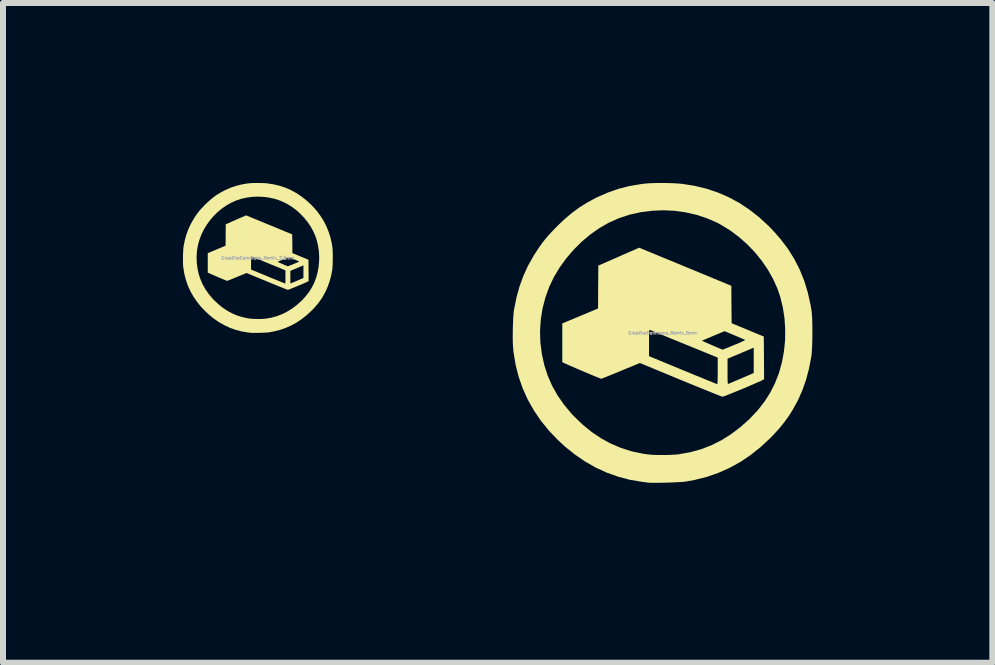
<source format=kicad_pcb>
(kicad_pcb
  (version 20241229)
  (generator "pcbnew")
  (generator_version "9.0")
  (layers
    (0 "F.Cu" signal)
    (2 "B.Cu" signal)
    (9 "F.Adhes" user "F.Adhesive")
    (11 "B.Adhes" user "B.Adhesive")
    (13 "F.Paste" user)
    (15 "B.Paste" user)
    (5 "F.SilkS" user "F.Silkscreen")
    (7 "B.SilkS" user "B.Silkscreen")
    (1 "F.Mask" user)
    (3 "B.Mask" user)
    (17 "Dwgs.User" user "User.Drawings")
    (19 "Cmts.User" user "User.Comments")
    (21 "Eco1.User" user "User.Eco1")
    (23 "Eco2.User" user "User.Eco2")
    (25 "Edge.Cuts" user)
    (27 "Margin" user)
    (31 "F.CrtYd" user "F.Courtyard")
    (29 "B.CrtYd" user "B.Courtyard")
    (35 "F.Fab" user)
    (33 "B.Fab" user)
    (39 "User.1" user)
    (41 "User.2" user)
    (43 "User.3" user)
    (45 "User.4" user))
  (footprint "CreativeCommons_Remix_2.5mm"
    (layer "F.Cu")
    (at 1.249 1.25)
    (property "Reference" "CreativeCommons_Remix_2.5mm" (at 0 0 0) (layer "F.Fab") (effects (font (size 0.05 0.05) (thickness 0.013))))
    (attr board_only exclude_from_pos_files exclude_from_bom)
    (fp_poly (pts (xy 0.572 -0.393) (xy 0.574 -0.237) (xy 0.575 -0.081) (xy 0.843 0.03) (xy 0.846 0.386) (xy 0.824 0.397) (xy 0.809 0.404) (xy 0.789 0.413) (xy 0.764 0.424) (xy 0.735 0.437) (xy 0.704 0.45) (xy 0.671 0.464) (xy 0.639 0.477) (xy 0.607 0.49) (xy 0.577 0.502) (xy 0.551 0.513) (xy 0.528 0.522) (xy 0.512 0.528) (xy 0.502 0.531) (xy 0.5 0.532) (xy 0.494 0.53) (xy 0.48 0.525) (xy 0.46 0.517) (xy 0.432 0.506) (xy 0.4 0.493) (xy 0.362 0.478) (xy 0.319 0.46) (xy 0.273 0.442) (xy 0.223 0.421) (xy 0.171 0.4) (xy 0.15 0.391) (xy -0.189 0.251) (xy -0.348 0.316) (xy -0.384 0.331) (xy -0.417 0.345) (xy -0.447 0.357) (xy -0.472 0.367) (xy -0.493 0.375) (xy -0.506 0.38) (xy -0.513 0.382) (xy -0.513 0.382) (xy -0.518 0.38) (xy -0.531 0.375) (xy -0.549 0.368) (xy -0.573 0.358) (xy -0.6 0.347) (xy -0.63 0.334) (xy -0.661 0.321) (xy -0.693 0.307) (xy -0.724 0.294) (xy -0.753 0.281) (xy -0.779 0.27) (xy -0.801 0.26) (xy -0.818 0.253) (xy -0.822 0.251) (xy -0.836 0.244) (xy -0.836 0.193) (xy -0.114 0.193) (xy 0.169 0.31) (xy 0.217 0.33) (xy 0.263 0.349) (xy 0.305 0.366) (xy 0.344 0.382) (xy 0.378 0.396) (xy 0.407 0.408) (xy 0.429 0.417) (xy 0.445 0.423) (xy 0.454 0.427) (xy 0.456 0.427) (xy 0.457 0.423) (xy 0.457 0.411) (xy 0.458 0.392) (xy 0.459 0.368) (xy 0.459 0.339) (xy 0.459 0.321) (xy 0.541 0.321) (xy 0.541 0.355) (xy 0.541 0.38) (xy 0.541 0.399) (xy 0.542 0.412) (xy 0.543 0.419) (xy 0.545 0.423) (xy 0.547 0.424) (xy 0.549 0.424) (xy 0.549 0.424) (xy 0.556 0.421) (xy 0.569 0.415) (xy 0.589 0.407) (xy 0.613 0.397) (xy 0.64 0.385) (xy 0.658 0.377) (xy 0.759 0.334) (xy 0.759 0.229) (xy 0.759 0.123) (xy 0.712 0.143) (xy 0.69 0.152) (xy 0.663 0.164) (xy 0.634 0.176) (xy 0.606 0.187) (xy 0.603 0.189) (xy 0.541 0.215) (xy 0.541 0.321) (xy 0.459 0.321) (xy 0.459 0.316) (xy 0.459 0.206) (xy 0.178 0.091) (xy 0.13 0.071) (xy 0.114 0.065) (xy 0.327 0.065) (xy 0.412 0.102) (xy 0.438 0.114) (xy 0.461 0.124) (xy 0.48 0.131) (xy 0.493 0.137) (xy 0.5 0.139) (xy 0.501 0.139) (xy 0.505 0.137) (xy 0.517 0.133) (xy 0.535 0.125) (xy 0.558 0.116) (xy 0.584 0.106) (xy 0.597 0.1) (xy 0.624 0.089) (xy 0.648 0.079) (xy 0.667 0.07) (xy 0.68 0.064) (xy 0.687 0.06) (xy 0.687 0.059) (xy 0.682 0.056) (xy 0.67 0.051) (xy 0.652 0.043) (xy 0.63 0.033) (xy 0.605 0.022) (xy 0.6 0.021) (xy 0.517 -0.015) (xy 0.487 -0.002) (xy 0.472 0.004) (xy 0.451 0.013) (xy 0.426 0.023) (xy 0.4 0.034) (xy 0.392 0.037) (xy 0.327 0.065) (xy 0.114 0.065) (xy 0.085 0.053) (xy 0.043 0.035) (xy 0.004 0.02) (xy -0.03 0.006) (xy -0.059 -0.006) (xy -0.082 -0.015) (xy -0.098 -0.022) (xy -0.107 -0.025) (xy -0.108 -0.026) (xy -0.11 -0.025) (xy -0.111 -0.019) (xy -0.112 -0.008) (xy -0.113 0.009) (xy -0.113 0.033) (xy -0.114 0.065) (xy -0.114 0.083) (xy -0.114 0.193) (xy -0.836 0.193) (xy -0.836 -0.08) (xy -0.688 -0.142) (xy -0.539 -0.204) (xy -0.537 -0.383) (xy -0.536 -0.561) (xy -0.428 -0.609) (xy -0.395 -0.623) (xy -0.36 -0.639) (xy -0.326 -0.654) (xy -0.295 -0.667) (xy -0.269 -0.679) (xy -0.258 -0.683) (xy -0.196 -0.71)) (stroke (width 0) (type solid)) (fill yes) (layer "F.SilkS"))
    (fp_poly (pts (xy 0.009 -1.25) (xy 0.052 -1.249) (xy 0.093 -1.248) (xy 0.13 -1.246) (xy 0.159 -1.243) (xy 0.263 -1.227) (xy 0.362 -1.203) (xy 0.458 -1.172) (xy 0.549 -1.132) (xy 0.637 -1.084) (xy 0.722 -1.028) (xy 0.804 -0.964) (xy 0.884 -0.891) (xy 0.912 -0.863) (xy 0.982 -0.784) (xy 1.043 -0.702) (xy 1.097 -0.617) (xy 1.142 -0.527) (xy 1.18 -0.433) (xy 1.211 -0.335) (xy 1.234 -0.231) (xy 1.242 -0.18) (xy 1.244 -0.157) (xy 1.246 -0.127) (xy 1.247 -0.092) (xy 1.248 -0.052) (xy 1.248 -0.01) (xy 1.248 0.033) (xy 1.247 0.074) (xy 1.246 0.113) (xy 1.244 0.148) (xy 1.242 0.177) (xy 1.24 0.195) (xy 1.221 0.295) (xy 1.196 0.388) (xy 1.165 0.476) (xy 1.128 0.56) (xy 1.087 0.636) (xy 1.052 0.692) (xy 1.014 0.744) (xy 0.972 0.795) (xy 0.925 0.848) (xy 0.896 0.877) (xy 0.815 0.952) (xy 0.732 1.018) (xy 0.646 1.076) (xy 0.557 1.125) (xy 0.464 1.166) (xy 0.367 1.2) (xy 0.265 1.225) (xy 0.19 1.239) (xy 0.175 1.241) (xy 0.153 1.243) (xy 0.125 1.244) (xy 0.093 1.246) (xy 0.059 1.247) (xy 0.024 1.248) (xy -0.011 1.249) (xy -0.043 1.249) (xy -0.072 1.249) (xy -0.097 1.249) (xy -0.114 1.248) (xy -0.123 1.247) (xy -0.132 1.246) (xy -0.148 1.244) (xy -0.167 1.241) (xy -0.175 1.241) (xy -0.273 1.224) (xy -0.37 1.199) (xy -0.465 1.165) (xy -0.557 1.122) (xy -0.646 1.072) (xy -0.733 1.013) (xy -0.815 0.946) (xy -0.872 0.893) (xy -0.948 0.814) (xy -1.015 0.731) (xy -1.074 0.645) (xy -1.125 0.555) (xy -1.167 0.462) (xy -1.2 0.366) (xy -1.226 0.266) (xy -1.243 0.162) (xy -1.246 0.135) (xy -1.248 0.108) (xy -1.249 0.075) (xy -1.249 0.037) (xy -1.249 -0.003) (xy -1.249 -0.022) (xy -1.022 -0.022) (xy -1.019 0.072) (xy -1.018 0.084) (xy -1.006 0.179) (xy -0.986 0.27) (xy -0.957 0.357) (xy -0.921 0.44) (xy -0.876 0.52) (xy -0.822 0.597) (xy -0.761 0.671) (xy -0.737 0.697) (xy -0.664 0.766) (xy -0.59 0.827) (xy -0.512 0.879) (xy -0.431 0.923) (xy -0.347 0.959) (xy -0.259 0.986) (xy -0.167 1.006) (xy -0.133 1.011) (xy -0.103 1.014) (xy -0.066 1.016) (xy -0.025 1.017) (xy 0.017 1.018) (xy 0.059 1.017) (xy 0.098 1.015) (xy 0.13 1.012) (xy 0.135 1.011) (xy 0.228 0.995) (xy 0.318 0.97) (xy 0.405 0.936) (xy 0.489 0.894) (xy 0.57 0.844) (xy 0.648 0.785) (xy 0.724 0.717) (xy 0.732 0.709) (xy 0.795 0.641) (xy 0.85 0.57) (xy 0.897 0.497) (xy 0.936 0.42) (xy 0.968 0.338) (xy 0.97 0.332) (xy 0.994 0.244) (xy 1.011 0.154) (xy 1.02 0.061) (xy 1.022 -0.031) (xy 1.015 -0.123) (xy 1.001 -0.214) (xy 0.98 -0.301) (xy 0.956 -0.37) (xy 0.921 -0.449) (xy 0.878 -0.527) (xy 0.827 -0.601) (xy 0.769 -0.672) (xy 0.706 -0.738) (xy 0.638 -0.799) (xy 0.565 -0.853) (xy 0.489 -0.9) (xy 0.452 -0.919) (xy 0.369 -0.956) (xy 0.282 -0.985) (xy 0.192 -1.005) (xy 0.1 -1.018) (xy 0.007 -1.022) (xy -0.087 -1.019) (xy -0.18 -1.007) (xy -0.273 -0.987) (xy -0.284 -0.984) (xy -0.367 -0.956) (xy -0.448 -0.919) (xy -0.527 -0.874) (xy -0.602 -0.822) (xy -0.674 -0.762) (xy -0.741 -0.695) (xy -0.804 -0.621) (xy -0.857 -0.547) (xy -0.905 -0.467) (xy -0.945 -0.383) (xy -0.977 -0.296) (xy -1.001 -0.207) (xy -1.016 -0.115) (xy -1.022 -0.022) (xy -1.249 -0.022) (xy -1.248 -0.045) (xy -1.247 -0.086) (xy -1.245 -0.123) (xy -1.243 -0.157) (xy -1.24 -0.184) (xy -1.239 -0.193) (xy -1.219 -0.293) (xy -1.193 -0.388) (xy -1.16 -0.477) (xy -1.12 -0.564) (xy -1.073 -0.647) (xy -1.05 -0.683) (xy -1.025 -0.72) (xy -1.001 -0.753) (xy -0.978 -0.783) (xy -0.953 -0.812) (xy -0.925 -0.842) (xy -0.893 -0.876) (xy -0.875 -0.893) (xy -0.814 -0.951) (xy -0.754 -1.002) (xy -0.693 -1.047) (xy -0.628 -1.087) (xy -0.559 -1.124) (xy -0.543 -1.132) (xy -0.457 -1.17) (xy -0.37 -1.2) (xy -0.281 -1.223) (xy -0.187 -1.24) (xy -0.141 -1.245) (xy -0.112 -1.248) (xy -0.075 -1.249) (xy -0.035 -1.25)) (stroke (width 0) (type solid)) (fill yes) (layer "F.SilkS")))
  (footprint "CreativeCommons_Remix_5mm"
    (layer "F.Cu")
    (at 7.996 2.5)
    (property "Reference" "CreativeCommons_Remix_5mm" (at 0 0 0) (layer "F.Fab") (effects (font (size 0.05 0.05) (thickness 0.013))))
    (attr board_only exclude_from_pos_files exclude_from_bom)
    (fp_poly (pts (xy 0.376 -1.104) (xy 1.145 -0.786) (xy 1.147 -0.474) (xy 1.15 -0.162) (xy 1.686 0.06) (xy 1.689 0.416) (xy 1.691 0.772) (xy 1.648 0.794) (xy 1.619 0.808) (xy 1.578 0.826) (xy 1.528 0.848) (xy 1.47 0.873) (xy 1.408 0.9) (xy 1.343 0.927) (xy 1.277 0.954) (xy 1.214 0.98) (xy 1.154 1.005) (xy 1.101 1.026) (xy 1.057 1.043) (xy 1.024 1.055) (xy 1.003 1.062) (xy 0.999 1.063) (xy 0.987 1.06) (xy 0.96 1.05) (xy 0.919 1.034) (xy 0.865 1.012) (xy 0.799 0.986) (xy 0.723 0.955) (xy 0.638 0.921) (xy 0.546 0.883) (xy 0.447 0.843) (xy 0.343 0.8) (xy 0.299 0.782) (xy -0.379 0.501) (xy -0.696 0.632) (xy -0.767 0.662) (xy -0.834 0.689) (xy -0.894 0.713) (xy -0.945 0.734) (xy -0.985 0.749) (xy -1.013 0.76) (xy -1.026 0.764) (xy -1.026 0.764) (xy -1.037 0.76) (xy -1.062 0.75) (xy -1.099 0.735) (xy -1.145 0.716) (xy -1.2 0.693) (xy -1.26 0.668) (xy -1.322 0.641) (xy -1.386 0.614) (xy -1.448 0.588) (xy -1.506 0.562) (xy -1.558 0.54) (xy -1.602 0.52) (xy -1.635 0.505) (xy -1.643 0.501) (xy -1.673 0.488) (xy -1.673 0.387) (xy -0.227 0.387) (xy 0.339 0.621) (xy 0.435 0.66) (xy 0.526 0.698) (xy 0.611 0.732) (xy 0.688 0.764) (xy 0.756 0.792) (xy 0.813 0.815) (xy 0.859 0.834) (xy 0.891 0.847) (xy 0.908 0.853) (xy 0.911 0.854) (xy 0.913 0.846) (xy 0.915 0.821) (xy 0.916 0.784) (xy 0.917 0.735) (xy 0.918 0.679) (xy 0.918 0.642) (xy 1.082 0.642) (xy 1.082 0.709) (xy 1.082 0.76) (xy 1.083 0.798) (xy 1.084 0.823) (xy 1.086 0.839) (xy 1.089 0.846) (xy 1.093 0.849) (xy 1.099 0.847) (xy 1.099 0.847) (xy 1.112 0.842) (xy 1.139 0.831) (xy 1.177 0.814) (xy 1.225 0.794) (xy 1.279 0.771) (xy 1.317 0.755) (xy 1.518 0.668) (xy 1.518 0.457) (xy 1.518 0.246) (xy 1.425 0.285) (xy 1.38 0.304) (xy 1.325 0.327) (xy 1.267 0.352) (xy 1.212 0.375) (xy 1.207 0.377) (xy 1.082 0.43) (xy 1.082 0.642) (xy 0.918 0.642) (xy 0.918 0.633) (xy 0.918 0.411) (xy 0.357 0.182) (xy 0.261 0.143) (xy 0.229 0.13) (xy 0.654 0.13) (xy 0.825 0.205) (xy 0.876 0.227) (xy 0.922 0.247) (xy 0.96 0.263) (xy 0.987 0.274) (xy 1 0.278) (xy 1.001 0.279) (xy 1.011 0.275) (xy 1.035 0.265) (xy 1.071 0.251) (xy 1.116 0.232) (xy 1.168 0.211) (xy 1.194 0.2) (xy 1.248 0.178) (xy 1.295 0.158) (xy 1.333 0.14) (xy 1.36 0.127) (xy 1.374 0.119) (xy 1.375 0.118) (xy 1.365 0.112) (xy 1.341 0.101) (xy 1.305 0.086) (xy 1.26 0.066) (xy 1.21 0.045) (xy 1.201 0.041) (xy 1.033 -0.029) (xy 0.974 -0.005) (xy 0.943 0.008) (xy 0.901 0.025) (xy 0.852 0.046) (xy 0.801 0.068) (xy 0.784 0.075) (xy 0.654 0.13) (xy 0.229 0.13) (xy 0.17 0.106) (xy 0.085 0.071) (xy 0.008 0.039) (xy -0.06 0.012) (xy -0.118 -0.012) (xy -0.163 -0.031) (xy -0.196 -0.044) (xy -0.213 -0.051) (xy -0.216 -0.052) (xy -0.22 -0.05) (xy -0.222 -0.039) (xy -0.225 -0.017) (xy -0.226 0.018) (xy -0.227 0.066) (xy -0.227 0.13) (xy -0.227 0.165) (xy -0.227 0.387) (xy -1.673 0.387) (xy -1.673 -0.159) (xy -1.375 -0.283) (xy -1.077 -0.408) (xy -1.075 -0.765) (xy -1.072 -1.123) (xy -0.857 -1.217) (xy -0.789 -1.247) (xy -0.72 -1.277) (xy -0.652 -1.307) (xy -0.59 -1.334) (xy -0.538 -1.357) (xy -0.516 -1.366) (xy -0.392 -1.421)) (stroke (width 0) (type solid)) (fill yes) (layer "F.SilkS"))
    (fp_poly (pts (xy 0.017 -2.5) (xy 0.104 -2.498) (xy 0.186 -2.495) (xy 0.259 -2.491) (xy 0.318 -2.486) (xy 0.526 -2.454) (xy 0.725 -2.406) (xy 0.915 -2.343) (xy 1.098 -2.264) (xy 1.275 -2.169) (xy 1.444 -2.057) (xy 1.609 -1.928) (xy 1.768 -1.782) (xy 1.824 -1.725) (xy 1.963 -1.568) (xy 2.087 -1.405) (xy 2.194 -1.234) (xy 2.285 -1.055) (xy 2.361 -0.867) (xy 2.421 -0.669) (xy 2.467 -0.461) (xy 2.484 -0.359) (xy 2.488 -0.314) (xy 2.492 -0.255) (xy 2.494 -0.183) (xy 2.496 -0.104) (xy 2.496 -0.02) (xy 2.496 0.065) (xy 2.494 0.149) (xy 2.492 0.227) (xy 2.488 0.296) (xy 2.484 0.354) (xy 2.479 0.391) (xy 2.441 0.59) (xy 2.392 0.776) (xy 2.331 0.951) (xy 2.257 1.119) (xy 2.174 1.271) (xy 2.104 1.383) (xy 2.028 1.488) (xy 1.945 1.591) (xy 1.85 1.695) (xy 1.792 1.755) (xy 1.631 1.904) (xy 1.465 2.036) (xy 1.293 2.152) (xy 1.114 2.25) (xy 0.928 2.333) (xy 0.734 2.4) (xy 0.531 2.451) (xy 0.38 2.478) (xy 0.349 2.482) (xy 0.305 2.485) (xy 0.25 2.488) (xy 0.186 2.491) (xy 0.118 2.494) (xy 0.048 2.496) (xy -0.021 2.497) (xy -0.087 2.498) (xy -0.145 2.498) (xy -0.193 2.498) (xy -0.229 2.496) (xy -0.245 2.495) (xy -0.265 2.492) (xy -0.296 2.488) (xy -0.335 2.483) (xy -0.35 2.481) (xy -0.547 2.448) (xy -0.74 2.397) (xy -0.93 2.329) (xy -1.114 2.245) (xy -1.293 2.143) (xy -1.465 2.025) (xy -1.631 1.892) (xy -1.744 1.787) (xy -1.896 1.628) (xy -2.031 1.462) (xy -2.148 1.289) (xy -2.249 1.11) (xy -2.333 0.924) (xy -2.4 0.732) (xy -2.451 0.532) (xy -2.485 0.325) (xy -2.491 0.27) (xy -2.495 0.217) (xy -2.498 0.15) (xy -2.499 0.075) (xy -2.498 -0.007) (xy -2.498 -0.043) (xy -2.044 -0.043) (xy -2.039 0.144) (xy -2.037 0.168) (xy -2.012 0.358) (xy -1.972 0.54) (xy -1.915 0.714) (xy -1.842 0.881) (xy -1.752 1.041) (xy -1.645 1.194) (xy -1.521 1.343) (xy -1.474 1.393) (xy -1.329 1.532) (xy -1.179 1.654) (xy -1.024 1.758) (xy -0.862 1.846) (xy -0.694 1.917) (xy -0.518 1.973) (xy -0.334 2.012) (xy -0.266 2.022) (xy -0.205 2.029) (xy -0.132 2.033) (xy -0.05 2.035) (xy 0.035 2.035) (xy 0.118 2.033) (xy 0.195 2.029) (xy 0.26 2.024) (xy 0.27 2.022) (xy 0.457 1.989) (xy 0.637 1.94) (xy 0.811 1.873) (xy 0.978 1.789) (xy 1.14 1.688) (xy 1.296 1.57) (xy 1.447 1.435) (xy 1.464 1.418) (xy 1.591 1.282) (xy 1.7 1.141) (xy 1.794 0.994) (xy 1.872 0.839) (xy 1.936 0.676) (xy 1.94 0.664) (xy 1.989 0.488) (xy 2.022 0.307) (xy 2.041 0.123) (xy 2.043 -0.063) (xy 2.031 -0.247) (xy 2.003 -0.427) (xy 1.96 -0.602) (xy 1.913 -0.74) (xy 1.842 -0.898) (xy 1.755 -1.053) (xy 1.653 -1.202) (xy 1.538 -1.344) (xy 1.412 -1.476) (xy 1.275 -1.597) (xy 1.13 -1.706) (xy 0.978 -1.8) (xy 0.905 -1.839) (xy 0.738 -1.912) (xy 0.564 -1.969) (xy 0.384 -2.01) (xy 0.2 -2.036) (xy 0.013 -2.045) (xy -0.174 -2.037) (xy -0.361 -2.014) (xy -0.545 -1.973) (xy -0.567 -1.967) (xy -0.734 -1.911) (xy -0.897 -1.838) (xy -1.054 -1.748) (xy -1.204 -1.643) (xy -1.347 -1.523) (xy -1.482 -1.389) (xy -1.608 -1.242) (xy -1.715 -1.094) (xy -1.811 -0.935) (xy -1.891 -0.767) (xy -1.954 -0.593) (xy -2.001 -0.413) (xy -2.031 -0.23) (xy -2.044 -0.043) (xy -2.498 -0.043) (xy -2.497 -0.09) (xy -2.494 -0.171) (xy -2.491 -0.247) (xy -2.486 -0.314) (xy -2.481 -0.367) (xy -2.478 -0.385) (xy -2.438 -0.586) (xy -2.386 -0.775) (xy -2.32 -0.955) (xy -2.241 -1.127) (xy -2.146 -1.294) (xy -2.1 -1.365) (xy -2.05 -1.44) (xy -2.003 -1.505) (xy -1.956 -1.565) (xy -1.906 -1.624) (xy -1.85 -1.685) (xy -1.785 -1.752) (xy -1.751 -1.787) (xy -1.628 -1.903) (xy -1.508 -2.004) (xy -1.385 -2.094) (xy -1.257 -2.174) (xy -1.119 -2.249) (xy -1.086 -2.265) (xy -0.913 -2.34) (xy -0.74 -2.401) (xy -0.561 -2.447) (xy -0.375 -2.479) (xy -0.282 -2.491) (xy -0.223 -2.495) (xy -0.151 -2.498) (xy -0.069 -2.5)) (stroke (width 0) (type solid)) (fill yes) (layer "F.SilkS")))
  (gr_rect
    (start -3 -3)
    (end 13.492 7.998)
    (stroke (width 0.1) (type default))
    (fill no)
    (layer "Edge.Cuts")))
</source>
